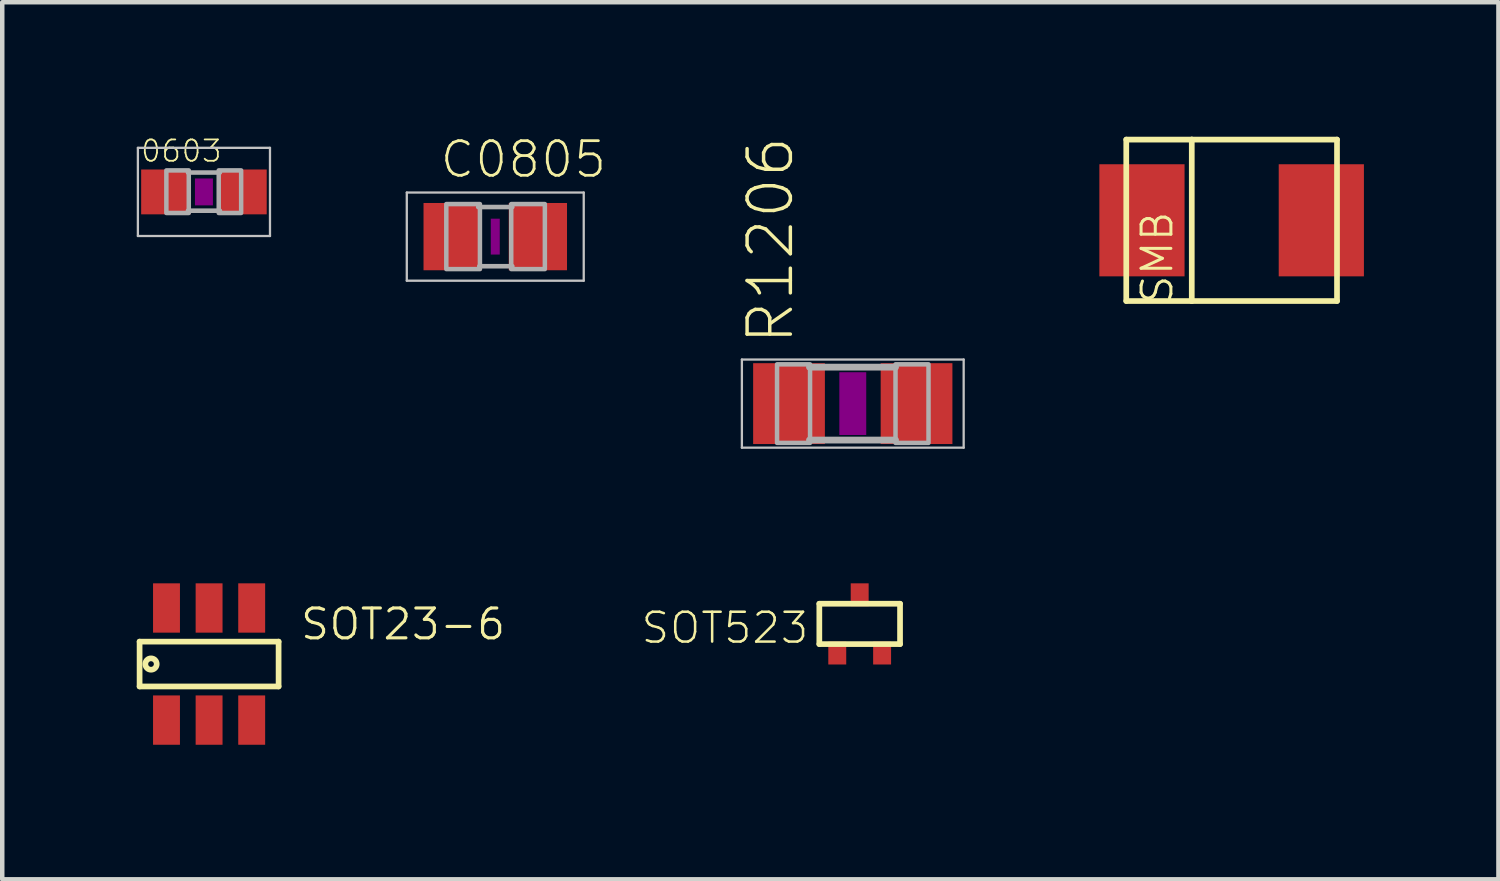
<source format=kicad_pcb>
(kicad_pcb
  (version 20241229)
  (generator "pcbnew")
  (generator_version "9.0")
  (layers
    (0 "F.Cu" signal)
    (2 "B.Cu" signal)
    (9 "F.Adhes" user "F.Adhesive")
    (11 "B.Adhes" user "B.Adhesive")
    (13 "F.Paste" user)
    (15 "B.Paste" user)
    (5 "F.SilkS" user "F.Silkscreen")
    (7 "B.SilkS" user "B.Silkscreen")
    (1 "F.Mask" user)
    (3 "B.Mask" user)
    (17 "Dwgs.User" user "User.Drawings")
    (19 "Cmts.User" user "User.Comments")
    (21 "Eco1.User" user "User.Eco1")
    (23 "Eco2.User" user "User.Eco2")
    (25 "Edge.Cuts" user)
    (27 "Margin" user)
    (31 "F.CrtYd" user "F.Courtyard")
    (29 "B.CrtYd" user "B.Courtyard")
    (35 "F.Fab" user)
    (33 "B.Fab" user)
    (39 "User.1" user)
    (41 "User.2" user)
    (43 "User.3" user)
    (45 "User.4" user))
  (footprint "SOT23-6"
    (layer "F.Cu")
    (at 1.613 11.759)
    (property "Reference" "SOT23-6" (at 2 -0.5 0) (layer "F.SilkS") (effects (font (size 0.665 0.665) (thickness 0.07)) (justify left bottom)))
    (attr through_hole)
    (fp_line (start -1.55 -0.5) (end -1.55 0.5) (stroke (width 0.127) (type solid)) (layer "F.SilkS"))
    (fp_line (start -1.55 -0.5) (end 1.55 -0.5) (stroke (width 0.127) (type solid)) (layer "F.SilkS"))
    (fp_line (start 1.55 -0.5) (end 1.55 0.5) (stroke (width 0.127) (type solid)) (layer "F.SilkS"))
    (fp_line (start 1.55 0.5) (end -1.55 0.5) (stroke (width 0.127) (type solid)) (layer "F.SilkS"))
    (fp_circle (center -1.295 0) (end -1.168 0) (stroke (width 0.127) (type solid)) (fill no) (layer "F.SilkS"))
    (pad "1" smd rect (at -0.95 1.25 90) (size 1.1 0.6) (layers "F.Cu" "F.Mask" "F.Paste"))
    (pad "2" smd rect (at 0 1.25 90) (size 1.1 0.6) (layers "F.Cu" "F.Mask" "F.Paste"))
    (pad "3" smd rect (at 0.95 1.25 90) (size 1.1 0.6) (layers "F.Cu" "F.Mask" "F.Paste"))
    (pad "4" smd rect (at 0.95 -1.25 90) (size 1.1 0.6) (layers "F.Cu" "F.Mask" "F.Paste"))
    (pad "5" smd rect (at 0 -1.25 90) (size 1.1 0.6) (layers "F.Cu" "F.Mask" "F.Paste"))
    (pad "6" smd rect (at -0.95 -1.25 90) (size 1.1 0.6) (layers "F.Cu" "F.Mask" "F.Paste")))
  (footprint "R1206"
    (layer "F.Cu")
    (at 15.968 5.951)
    (property "Reference" "R1206" (at -1.27 -1.27 90) (layer "F.SilkS") (effects (font (size 0.965 0.965) (thickness 0.077)) (justify left bottom)))
    (attr through_hole)
    (fp_poly (pts (xy -0.3 0.7) (xy 0.3 0.7) (xy 0.3 -0.7) (xy -0.3 -0.7)) (stroke (width 0) (type solid)) (fill yes) (layer "F.Adhes"))
    (fp_line (start -2.473 -0.983) (end 2.473 -0.983) (stroke (width 0.051) (type solid)) (layer "Dwgs.User"))
    (fp_line (start -2.473 0.983) (end -2.473 -0.983) (stroke (width 0.051) (type solid)) (layer "Dwgs.User"))
    (fp_line (start 2.473 -0.983) (end 2.473 0.983) (stroke (width 0.051) (type solid)) (layer "Dwgs.User"))
    (fp_line (start 2.473 0.983) (end -2.473 0.983) (stroke (width 0.051) (type solid)) (layer "Dwgs.User"))
    (fp_line (start 0.953 -0.813) (end -0.965 -0.813) (stroke (width 0.152) (type solid)) (layer "F.Fab"))
    (fp_line (start 0.953 0.813) (end -0.965 0.813) (stroke (width 0.152) (type solid)) (layer "F.Fab"))
    (fp_poly (pts (xy -1.689 0.876) (xy -0.953 0.876) (xy -0.953 -0.876) (xy -1.689 -0.876)) (stroke (width 0.1) (type solid)) (fill no) (layer "F.Fab"))
    (fp_poly (pts (xy 0.953 0.876) (xy 1.689 0.876) (xy 1.689 -0.876) (xy 0.953 -0.876)) (stroke (width 0.1) (type solid)) (fill no) (layer "F.Fab"))
    (pad "1" smd rect (at -1.422 0) (size 1.6 1.803) (layers "F.Cu" "F.Mask" "F.Paste"))
    (pad "2" smd rect (at 1.422 0) (size 1.6 1.803) (layers "F.Cu" "F.Mask" "F.Paste")))
  (footprint "0603"
    (layer "F.Cu")
    (at 1.498 1.23)
    (property "Reference" "0603" (at -1.435 -0.635 0) (layer "F.SilkS") (effects (font (size 0.475 0.475) (thickness 0.04)) (justify left bottom)))
    (attr through_hole)
    (fp_poly (pts (xy -0.2 0.3) (xy 0.2 0.3) (xy 0.2 -0.3) (xy -0.2 -0.3)) (stroke (width 0) (type solid)) (fill yes) (layer "F.Adhes"))
    (fp_line (start -1.473 -0.983) (end 1.473 -0.983) (stroke (width 0.051) (type solid)) (layer "Dwgs.User"))
    (fp_line (start -1.473 0.983) (end -1.473 -0.983) (stroke (width 0.051) (type solid)) (layer "Dwgs.User"))
    (fp_line (start 1.473 -0.983) (end 1.473 0.983) (stroke (width 0.051) (type solid)) (layer "Dwgs.User"))
    (fp_line (start 1.473 0.983) (end -1.473 0.983) (stroke (width 0.051) (type solid)) (layer "Dwgs.User"))
    (fp_line (start -0.356 -0.432) (end 0.356 -0.432) (stroke (width 0.102) (type solid)) (layer "F.Fab"))
    (fp_line (start -0.356 0.419) (end 0.356 0.419) (stroke (width 0.102) (type solid)) (layer "F.Fab"))
    (fp_poly (pts (xy -0.838 0.47) (xy -0.338 0.47) (xy -0.338 -0.48) (xy -0.838 -0.48)) (stroke (width 0.1) (type solid)) (fill no) (layer "F.Fab"))
    (fp_poly (pts (xy 0.33 0.47) (xy 0.83 0.47) (xy 0.83 -0.48) (xy 0.33 -0.48)) (stroke (width 0.1) (type solid)) (fill no) (layer "F.Fab"))
    (pad "1" smd rect (at -0.85 0) (size 1.1 1) (layers "F.Cu" "F.Mask" "F.Paste"))
    (pad "2" smd rect (at 0.85 0) (size 1.1 1) (layers "F.Cu" "F.Mask" "F.Paste")))
  (footprint "SOT523"
    (layer "F.Cu")
    (at 16.122 10.864)
    (property "Reference" "SOT523" (at -1.1 -0.3 0) (layer "F.SilkS") (effects (font (size 0.665 0.665) (thickness 0.056)) (justify right top)))
    (attr through_hole)
    (fp_line (start -0.9 -0.45) (end 0.9 -0.45) (stroke (width 0.127) (type solid)) (layer "F.SilkS"))
    (fp_line (start -0.9 0.45) (end -0.9 -0.45) (stroke (width 0.127) (type solid)) (layer "F.SilkS"))
    (fp_line (start 0.9 -0.45) (end 0.9 0.45) (stroke (width 0.127) (type solid)) (layer "F.SilkS"))
    (fp_line (start 0.9 0.45) (end -0.9 0.45) (stroke (width 0.127) (type solid)) (layer "F.SilkS"))
    (pad "1" smd rect (at -0.5 0.65 90) (size 0.51 0.4) (layers "F.Cu" "F.Mask" "F.Paste"))
    (pad "2" smd rect (at 0.5 0.65 90) (size 0.51 0.4) (layers "F.Cu" "F.Mask" "F.Paste"))
    (pad "3" smd rect (at 0 -0.65 90) (size 0.51 0.4) (layers "F.Cu" "F.Mask" "F.Paste")))
  (footprint "SMB"
    (layer "F.Cu")
    (at 24.417 1.863)
    (property "Reference" "SMB" (at -1.27 1.905 270) (layer "F.SilkS") (effects (font (size 0.665 0.665) (thickness 0.067)) (justify left bottom)))
    (attr through_hole)
    (fp_line (start -2.35 -1.8) (end -2.35 1.8) (stroke (width 0.127) (type solid)) (layer "F.SilkS"))
    (fp_line (start -2.35 -1.8) (end -0.889 -1.8) (stroke (width 0.127) (type solid)) (layer "F.SilkS"))
    (fp_line (start -2.35 1.8) (end -0.889 1.8) (stroke (width 0.127) (type solid)) (layer "F.SilkS"))
    (fp_line (start -0.889 -1.8) (end 2.35 -1.8) (stroke (width 0.127) (type solid)) (layer "F.SilkS"))
    (fp_line (start -0.889 1.8) (end -0.889 -1.8) (stroke (width 0.127) (type solid)) (layer "F.SilkS"))
    (fp_line (start -0.889 1.8) (end 2.35 1.8) (stroke (width 0.127) (type solid)) (layer "F.SilkS"))
    (fp_line (start 2.35 -1.8) (end 2.35 1.8) (stroke (width 0.127) (type solid)) (layer "F.SilkS"))
    (pad "A" smd rect (at 2 0) (size 1.9 2.5) (layers "F.Cu" "F.Mask" "F.Paste"))
    (pad "C" smd rect (at -2 0) (size 1.9 2.5) (layers "F.Cu" "F.Mask" "F.Paste")))
  (footprint "C0805"
    (layer "F.Cu")
    (at 7.995 2.227)
    (property "Reference" "C0805" (at -1.27 -1.27 0) (layer "F.SilkS") (effects (font (size 0.772 0.772) (thickness 0.062)) (justify left bottom)))
    (attr through_hole)
    (fp_poly (pts (xy -0.1 0.4) (xy 0.1 0.4) (xy 0.1 -0.4) (xy -0.1 -0.4)) (stroke (width 0) (type solid)) (fill yes) (layer "F.Adhes"))
    (fp_line (start -1.973 -0.983) (end 1.973 -0.983) (stroke (width 0.051) (type solid)) (layer "Dwgs.User"))
    (fp_line (start -1.973 0.983) (end -1.973 -0.983) (stroke (width 0.051) (type solid)) (layer "Dwgs.User"))
    (fp_line (start 1.973 -0.983) (end 1.973 0.983) (stroke (width 0.051) (type solid)) (layer "Dwgs.User"))
    (fp_line (start 1.973 0.983) (end -1.973 0.983) (stroke (width 0.051) (type solid)) (layer "Dwgs.User"))
    (fp_line (start -0.381 -0.66) (end 0.381 -0.66) (stroke (width 0.102) (type solid)) (layer "F.Fab"))
    (fp_line (start -0.356 0.66) (end 0.381 0.66) (stroke (width 0.102) (type solid)) (layer "F.Fab"))
    (fp_poly (pts (xy -1.092 0.724) (xy -0.342 0.724) (xy -0.342 -0.726) (xy -1.092 -0.726)) (stroke (width 0.1) (type solid)) (fill no) (layer "F.Fab"))
    (fp_poly (pts (xy 0.356 0.724) (xy 1.106 0.724) (xy 1.106 -0.726) (xy 0.356 -0.726)) (stroke (width 0.1) (type solid)) (fill no) (layer "F.Fab"))
    (pad "1" smd rect (at -0.95 0) (size 1.3 1.5) (layers "F.Cu" "F.Mask" "F.Paste"))
    (pad "2" smd rect (at 0.95 0) (size 1.3 1.5) (layers "F.Cu" "F.Mask" "F.Paste")))
  (gr_rect
    (start -3 -3)
    (end 30.367 16.559)
    (stroke (width 0.1) (type default))
    (fill no)
    (layer "Edge.Cuts")))
</source>
